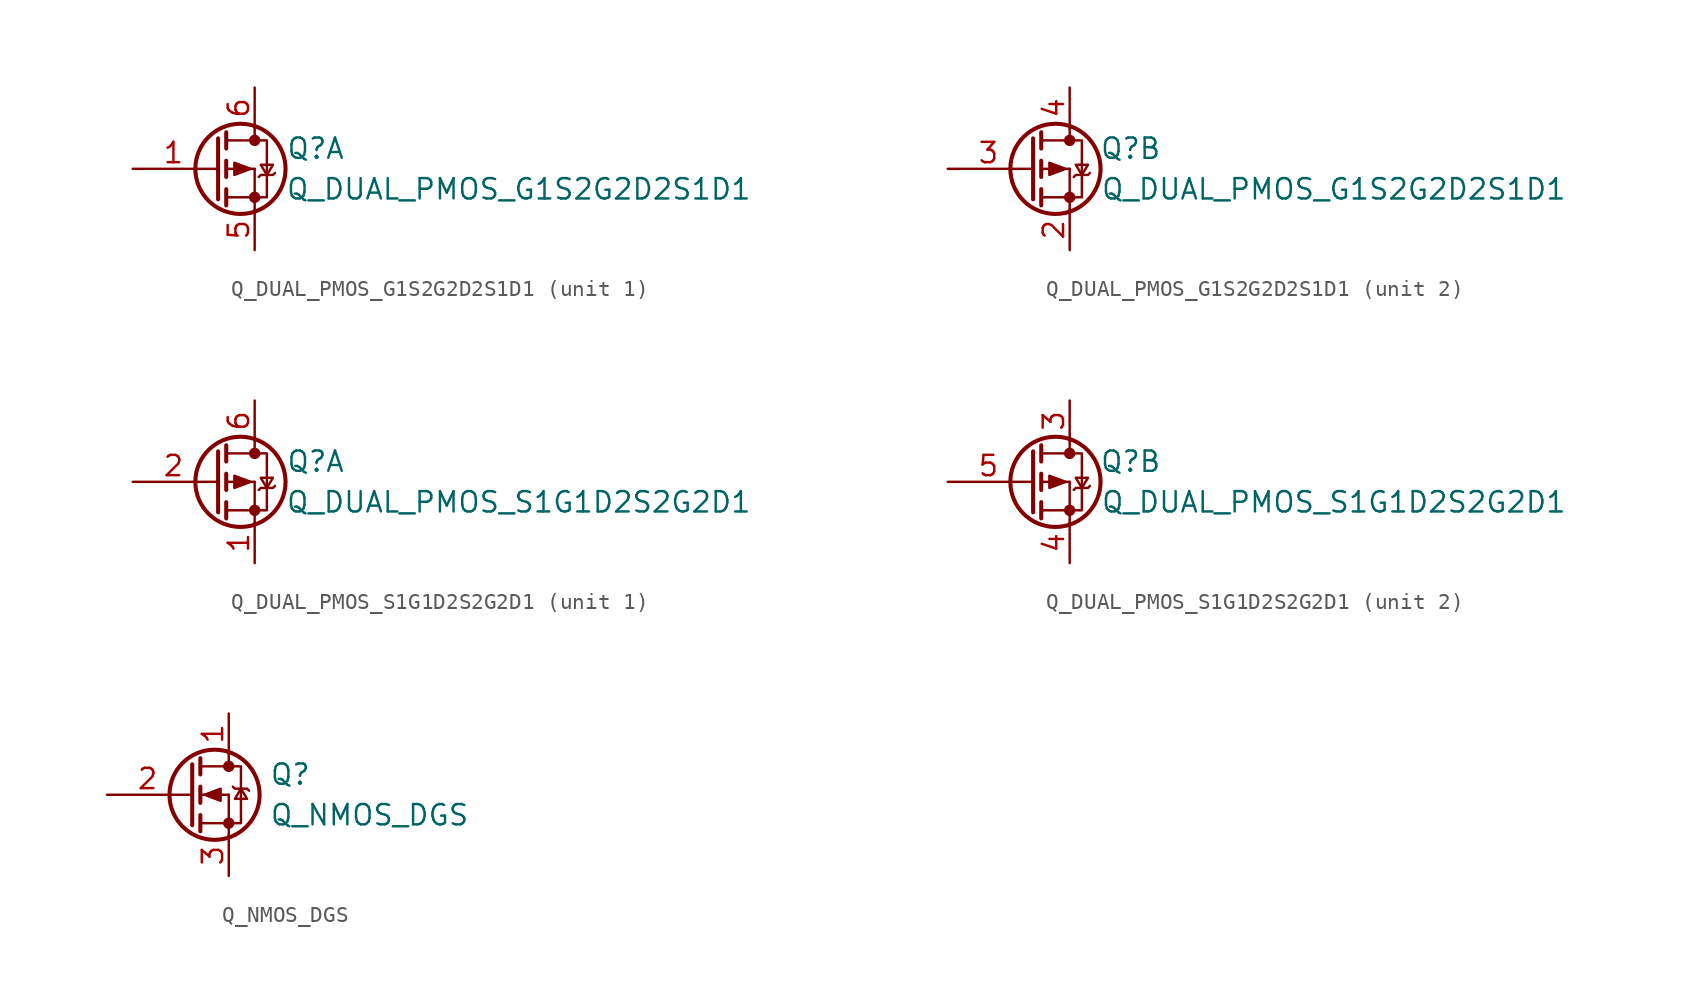
<source format=kicad_sym>
(kicad_symbol_lib
  (version 20201005)
  (generator kicad_symbol_editor)
  (symbol "Q_DUAL_PMOS_G1S2G2D2S1D1"
    (pin_names
      (offset 0) hide)
    (property "Reference" "Q"
      (at 6.35 1.27 0)
      (effects (font (size 1.27 1.27))))
    (property "Value" "Q_DUAL_PMOS_G1S2G2D2S1D1"
      (at 19.05 -1.27 0)
      (effects (font (size 1.27 1.27))))
    (symbol "Q_DUAL_PMOS_G1S2G2D2S1D1_1_1"
      (circle (center 1.651 0) (radius 2.819) (stroke (width 0.254)) (fill (type none)))
      (circle (center 2.54 -1.778) (radius 0.279) (stroke (width 0)) (fill (type outline)))
      (circle (center 2.54 1.778) (radius 0.279) (stroke (width 0)) (fill (type outline)))
      (polyline (pts (xy 0.051 0) (xy 0.254 0)) (stroke (width 0)) (fill (type none)))
      (polyline (pts (xy 0.762 -1.778) (xy 2.54 -1.778)) (stroke (width 0)) (fill (type none)))
      (polyline (pts (xy 0.762 -1.27) (xy 0.762 -2.286)) (stroke (width 0.254)) (fill (type none)))
      (polyline (pts (xy 0.762 0) (xy 2.54 0)) (stroke (width 0)) (fill (type none)))
      (polyline (pts (xy 0.762 0.508) (xy 0.762 -0.508)) (stroke (width 0.254)) (fill (type none)))
      (polyline (pts (xy 0.762 1.778) (xy 2.54 1.778)) (stroke (width 0)) (fill (type none)))
      (polyline (pts (xy 0.762 2.286) (xy 0.762 1.27)) (stroke (width 0.254)) (fill (type none)))
      (polyline (pts (xy 2.54 -1.778) (xy 2.54 -2.54)) (stroke (width 0)) (fill (type none)))
      (polyline (pts (xy 2.54 -1.778) (xy 2.54 0)) (stroke (width 0)) (fill (type none)))
      (polyline (pts (xy 2.54 2.54) (xy 2.54 1.778)) (stroke (width 0)) (fill (type none)))
      (polyline (pts (xy 0.254 1.905) (xy 0.254 -1.905) (xy 0.254 -1.905)) (stroke (width 0.254)) (fill (type none)))
      (polyline (pts (xy 2.54 -1.778) (xy 3.302 -1.778) (xy 3.302 1.778) (xy 2.54 1.778)) (stroke (width 0)) (fill (type none)))
      (polyline (pts (xy 2.794 -0.508) (xy 2.921 -0.381) (xy 3.683 -0.381) (xy 3.81 -0.254)) (stroke (width 0)) (fill (type none)))
      (polyline (pts (xy 3.302 -0.381) (xy 2.921 0.254) (xy 3.683 0.254) (xy 3.302 -0.381)) (stroke (width 0)) (fill (type none)))
      (polyline (pts (xy 2.286 0) (xy 1.27 -0.381) (xy 1.27 0.381) (xy 2.286 0)) (stroke (width 0)) (fill (type outline)))
      (pin input line (at -5.08 0 0) (length 5.08) (name "G" (effects (font (size 1.27 1.27)))) (number "1" (effects (font (size 1.27 1.27)))))
      (pin passive line (at 2.54 -5.08 90) (length 2.54) (name "S" (effects (font (size 1.27 1.27)))) (number "5" (effects (font (size 1.27 1.27)))))
      (pin passive line (at 2.54 5.08 270) (length 2.54) (name "D" (effects (font (size 1.27 1.27)))) (number "6" (effects (font (size 1.27 1.27))))))
    (symbol "Q_DUAL_PMOS_G1S2G2D2S1D1_2_1"
      (circle (center 1.651 0) (radius 2.819) (stroke (width 0.254)) (fill (type none)))
      (circle (center 2.54 -1.778) (radius 0.279) (stroke (width 0)) (fill (type outline)))
      (circle (center 2.54 1.778) (radius 0.279) (stroke (width 0)) (fill (type outline)))
      (polyline (pts (xy 0.051 0) (xy 0.254 0)) (stroke (width 0)) (fill (type none)))
      (polyline (pts (xy 0.762 -1.778) (xy 2.54 -1.778)) (stroke (width 0)) (fill (type none)))
      (polyline (pts (xy 0.762 -1.27) (xy 0.762 -2.286)) (stroke (width 0.254)) (fill (type none)))
      (polyline (pts (xy 0.762 0) (xy 2.54 0)) (stroke (width 0)) (fill (type none)))
      (polyline (pts (xy 0.762 0.508) (xy 0.762 -0.508)) (stroke (width 0.254)) (fill (type none)))
      (polyline (pts (xy 0.762 1.778) (xy 2.54 1.778)) (stroke (width 0)) (fill (type none)))
      (polyline (pts (xy 0.762 2.286) (xy 0.762 1.27)) (stroke (width 0.254)) (fill (type none)))
      (polyline (pts (xy 2.54 -1.778) (xy 2.54 -2.54)) (stroke (width 0)) (fill (type none)))
      (polyline (pts (xy 2.54 -1.778) (xy 2.54 0)) (stroke (width 0)) (fill (type none)))
      (polyline (pts (xy 2.54 2.54) (xy 2.54 1.778)) (stroke (width 0)) (fill (type none)))
      (polyline (pts (xy 0.254 1.905) (xy 0.254 -1.905) (xy 0.254 -1.905)) (stroke (width 0.254)) (fill (type none)))
      (polyline (pts (xy 2.54 -1.778) (xy 3.302 -1.778) (xy 3.302 1.778) (xy 2.54 1.778)) (stroke (width 0)) (fill (type none)))
      (polyline (pts (xy 2.794 -0.508) (xy 2.921 -0.381) (xy 3.683 -0.381) (xy 3.81 -0.254)) (stroke (width 0)) (fill (type none)))
      (polyline (pts (xy 3.302 -0.381) (xy 2.921 0.254) (xy 3.683 0.254) (xy 3.302 -0.381)) (stroke (width 0)) (fill (type none)))
      (polyline (pts (xy 2.286 0) (xy 1.27 -0.381) (xy 1.27 0.381) (xy 2.286 0)) (stroke (width 0)) (fill (type outline)))
      (pin passive line (at 2.54 -5.08 90) (length 2.54) (name "S" (effects (font (size 1.27 1.27)))) (number "2" (effects (font (size 1.27 1.27)))))
      (pin input line (at -5.08 0 0) (length 5.08) (name "G" (effects (font (size 1.27 1.27)))) (number "3" (effects (font (size 1.27 1.27)))))
      (pin passive line (at 2.54 5.08 270) (length 2.54) (name "D" (effects (font (size 1.27 1.27)))) (number "4" (effects (font (size 1.27 1.27)))))))
  (symbol "Q_DUAL_PMOS_S1G1D2S2G2D1"
    (pin_names
      (offset 0) hide)
    (property "Reference" "Q"
      (at 6.35 1.27 0)
      (effects (font (size 1.27 1.27))))
    (property "Value" "Q_DUAL_PMOS_S1G1D2S2G2D1"
      (at 19.05 -1.27 0)
      (effects (font (size 1.27 1.27))))
    (symbol "Q_DUAL_PMOS_S1G1D2S2G2D1_1_1"
      (circle (center 1.651 0) (radius 2.819) (stroke (width 0.254)) (fill (type none)))
      (circle (center 2.54 -1.778) (radius 0.279) (stroke (width 0)) (fill (type outline)))
      (circle (center 2.54 1.778) (radius 0.279) (stroke (width 0)) (fill (type outline)))
      (polyline (pts (xy 0.051 0) (xy 0.254 0)) (stroke (width 0)) (fill (type none)))
      (polyline (pts (xy 0.762 -1.778) (xy 2.54 -1.778)) (stroke (width 0)) (fill (type none)))
      (polyline (pts (xy 0.762 -1.27) (xy 0.762 -2.286)) (stroke (width 0.254)) (fill (type none)))
      (polyline (pts (xy 0.762 0) (xy 2.54 0)) (stroke (width 0)) (fill (type none)))
      (polyline (pts (xy 0.762 0.508) (xy 0.762 -0.508)) (stroke (width 0.254)) (fill (type none)))
      (polyline (pts (xy 0.762 1.778) (xy 2.54 1.778)) (stroke (width 0)) (fill (type none)))
      (polyline (pts (xy 0.762 2.286) (xy 0.762 1.27)) (stroke (width 0.254)) (fill (type none)))
      (polyline (pts (xy 2.54 -1.778) (xy 2.54 -2.54)) (stroke (width 0)) (fill (type none)))
      (polyline (pts (xy 2.54 -1.778) (xy 2.54 0)) (stroke (width 0)) (fill (type none)))
      (polyline (pts (xy 2.54 2.54) (xy 2.54 1.778)) (stroke (width 0)) (fill (type none)))
      (polyline (pts (xy 0.254 1.905) (xy 0.254 -1.905) (xy 0.254 -1.905)) (stroke (width 0.254)) (fill (type none)))
      (polyline (pts (xy 2.54 -1.778) (xy 3.302 -1.778) (xy 3.302 1.778) (xy 2.54 1.778)) (stroke (width 0)) (fill (type none)))
      (polyline (pts (xy 2.794 -0.508) (xy 2.921 -0.381) (xy 3.683 -0.381) (xy 3.81 -0.254)) (stroke (width 0)) (fill (type none)))
      (polyline (pts (xy 3.302 -0.381) (xy 2.921 0.254) (xy 3.683 0.254) (xy 3.302 -0.381)) (stroke (width 0)) (fill (type none)))
      (polyline (pts (xy 2.286 0) (xy 1.27 -0.381) (xy 1.27 0.381) (xy 2.286 0)) (stroke (width 0)) (fill (type outline)))
      (pin passive line (at 2.54 -5.08 90) (length 2.54) (name "S" (effects (font (size 1.27 1.27)))) (number "1" (effects (font (size 1.27 1.27)))))
      (pin input line (at -5.08 0 0) (length 5.08) (name "G" (effects (font (size 1.27 1.27)))) (number "2" (effects (font (size 1.27 1.27)))))
      (pin passive line (at 2.54 5.08 270) (length 2.54) (name "D" (effects (font (size 1.27 1.27)))) (number "6" (effects (font (size 1.27 1.27))))))
    (symbol "Q_DUAL_PMOS_S1G1D2S2G2D1_2_1"
      (circle (center 1.651 0) (radius 2.819) (stroke (width 0.254)) (fill (type none)))
      (circle (center 2.54 -1.778) (radius 0.279) (stroke (width 0)) (fill (type outline)))
      (circle (center 2.54 1.778) (radius 0.279) (stroke (width 0)) (fill (type outline)))
      (polyline (pts (xy 0.051 0) (xy 0.254 0)) (stroke (width 0)) (fill (type none)))
      (polyline (pts (xy 0.762 -1.778) (xy 2.54 -1.778)) (stroke (width 0)) (fill (type none)))
      (polyline (pts (xy 0.762 -1.27) (xy 0.762 -2.286)) (stroke (width 0.254)) (fill (type none)))
      (polyline (pts (xy 0.762 0) (xy 2.54 0)) (stroke (width 0)) (fill (type none)))
      (polyline (pts (xy 0.762 0.508) (xy 0.762 -0.508)) (stroke (width 0.254)) (fill (type none)))
      (polyline (pts (xy 0.762 1.778) (xy 2.54 1.778)) (stroke (width 0)) (fill (type none)))
      (polyline (pts (xy 0.762 2.286) (xy 0.762 1.27)) (stroke (width 0.254)) (fill (type none)))
      (polyline (pts (xy 2.54 -1.778) (xy 2.54 -2.54)) (stroke (width 0)) (fill (type none)))
      (polyline (pts (xy 2.54 -1.778) (xy 2.54 0)) (stroke (width 0)) (fill (type none)))
      (polyline (pts (xy 2.54 2.54) (xy 2.54 1.778)) (stroke (width 0)) (fill (type none)))
      (polyline (pts (xy 0.254 1.905) (xy 0.254 -1.905) (xy 0.254 -1.905)) (stroke (width 0.254)) (fill (type none)))
      (polyline (pts (xy 2.54 -1.778) (xy 3.302 -1.778) (xy 3.302 1.778) (xy 2.54 1.778)) (stroke (width 0)) (fill (type none)))
      (polyline (pts (xy 2.794 -0.508) (xy 2.921 -0.381) (xy 3.683 -0.381) (xy 3.81 -0.254)) (stroke (width 0)) (fill (type none)))
      (polyline (pts (xy 3.302 -0.381) (xy 2.921 0.254) (xy 3.683 0.254) (xy 3.302 -0.381)) (stroke (width 0)) (fill (type none)))
      (polyline (pts (xy 2.286 0) (xy 1.27 -0.381) (xy 1.27 0.381) (xy 2.286 0)) (stroke (width 0)) (fill (type outline)))
      (pin passive line (at 2.54 5.08 270) (length 2.54) (name "D" (effects (font (size 1.27 1.27)))) (number "3" (effects (font (size 1.27 1.27)))))
      (pin passive line (at 2.54 -5.08 90) (length 2.54) (name "S" (effects (font (size 1.27 1.27)))) (number "4" (effects (font (size 1.27 1.27)))))
      (pin input line (at -5.08 0 0) (length 5.08) (name "G" (effects (font (size 1.27 1.27)))) (number "5" (effects (font (size 1.27 1.27)))))))
  (symbol "Q_NMOS_DGS"
    (pin_names
      (offset 0) hide)
    (property "Reference" "Q"
      (at 5.08 1.27 0)
      (effects (font (size 1.27 1.27)) (justify left)))
    (property "Value" "Q_NMOS_DGS"
      (at 5.08 -1.27 0)
      (effects (font (size 1.27 1.27)) (justify left)))
    (symbol "Q_NMOS_DGS_0_1"
      (circle (center 1.651 0) (radius 2.819) (stroke (width 0.254)) (fill (type none)))
      (circle (center 2.54 -1.778) (radius 0.279) (stroke (width 0)) (fill (type outline)))
      (circle (center 2.54 1.778) (radius 0.279) (stroke (width 0)) (fill (type outline)))
      (polyline (pts (xy 0.051 0) (xy 0.254 0)) (stroke (width 0)) (fill (type none)))
      (polyline (pts (xy 0.762 -1.778) (xy 2.54 -1.778)) (stroke (width 0)) (fill (type none)))
      (polyline (pts (xy 0.762 -1.27) (xy 0.762 -2.286)) (stroke (width 0.254)) (fill (type none)))
      (polyline (pts (xy 0.762 0) (xy 2.54 0)) (stroke (width 0)) (fill (type none)))
      (polyline (pts (xy 0.762 0.508) (xy 0.762 -0.508)) (stroke (width 0.254)) (fill (type none)))
      (polyline (pts (xy 0.762 1.778) (xy 2.54 1.778)) (stroke (width 0)) (fill (type none)))
      (polyline (pts (xy 0.762 2.286) (xy 0.762 1.27)) (stroke (width 0.254)) (fill (type none)))
      (polyline (pts (xy 2.54 -1.778) (xy 2.54 -2.54)) (stroke (width 0)) (fill (type none)))
      (polyline (pts (xy 2.54 -1.778) (xy 2.54 0)) (stroke (width 0)) (fill (type none)))
      (polyline (pts (xy 2.54 2.54) (xy 2.54 1.778)) (stroke (width 0)) (fill (type none)))
      (polyline (pts (xy 0.254 1.905) (xy 0.254 -1.905) (xy 0.254 -1.905)) (stroke (width 0.254)) (fill (type none)))
      (polyline (pts (xy 2.54 -1.778) (xy 3.302 -1.778) (xy 3.302 1.778) (xy 2.54 1.778)) (stroke (width 0)) (fill (type none)))
      (polyline (pts (xy 2.794 0.508) (xy 2.921 0.381) (xy 3.683 0.381) (xy 3.81 0.254)) (stroke (width 0)) (fill (type none)))
      (polyline (pts (xy 3.302 0.381) (xy 2.921 -0.254) (xy 3.683 -0.254) (xy 3.302 0.381)) (stroke (width 0)) (fill (type none)))
      (polyline (pts (xy 1.016 0) (xy 2.032 0.381) (xy 2.032 -0.381) (xy 1.016 0)) (stroke (width 0)) (fill (type outline))))
    (symbol "Q_NMOS_DGS_1_1"
      (pin passive line (at 2.54 5.08 270) (length 2.54) (name "D" (effects (font (size 1.27 1.27)))) (number "1" (effects (font (size 1.27 1.27)))))
      (pin input line (at -5.08 0 0) (length 5.08) (name "G" (effects (font (size 1.27 1.27)))) (number "2" (effects (font (size 1.27 1.27)))))
      (pin passive line (at 2.54 -5.08 90) (length 2.54) (name "S" (effects (font (size 1.27 1.27)))) (number "3" (effects (font (size 1.27 1.27))))))))
</source>
